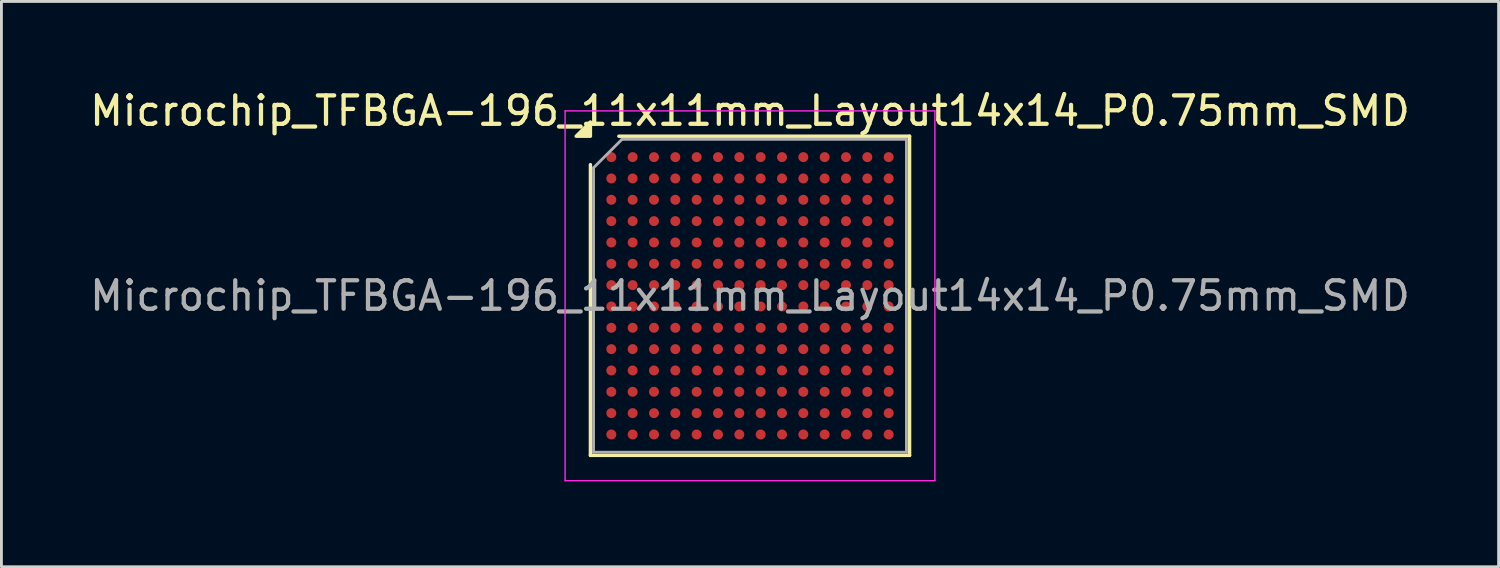
<source format=kicad_pcb>
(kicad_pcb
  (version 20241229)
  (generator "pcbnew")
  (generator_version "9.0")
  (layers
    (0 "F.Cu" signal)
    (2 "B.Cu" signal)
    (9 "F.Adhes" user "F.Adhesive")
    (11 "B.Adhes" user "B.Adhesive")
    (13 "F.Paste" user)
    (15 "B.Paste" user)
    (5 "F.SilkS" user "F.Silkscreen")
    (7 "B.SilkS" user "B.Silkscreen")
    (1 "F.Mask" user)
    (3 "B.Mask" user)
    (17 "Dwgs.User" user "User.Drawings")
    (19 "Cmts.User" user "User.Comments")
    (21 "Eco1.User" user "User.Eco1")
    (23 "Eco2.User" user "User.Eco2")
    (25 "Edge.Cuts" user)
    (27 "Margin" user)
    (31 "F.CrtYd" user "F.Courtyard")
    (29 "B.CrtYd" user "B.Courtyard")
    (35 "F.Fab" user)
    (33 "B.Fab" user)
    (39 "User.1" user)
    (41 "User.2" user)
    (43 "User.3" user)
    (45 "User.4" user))
  (footprint "Microchip_TFBGA-196_11x11mm_Layout14x14_P0.75mm_SMD"
    (layer "F.Cu")
    (at 23.315 7.348)
    (property "Reference" "Microchip_TFBGA-196_11x11mm_Layout14x14_P0.75mm_SMD" (at 0 -6.5 0) (layer "F.SilkS") (effects (font (size 1 1) (thickness 0.15))))
    (attr smd)
    (fp_line (start -5.61 5.61) (end -5.61 -4.61) (stroke (width 0.12) (type solid)) (layer "F.SilkS"))
    (fp_line (start -4.61 -5.61) (end 5.61 -5.61) (stroke (width 0.12) (type solid)) (layer "F.SilkS"))
    (fp_line (start 5.61 -5.61) (end 5.61 5.61) (stroke (width 0.12) (type solid)) (layer "F.SilkS"))
    (fp_line (start 5.61 5.61) (end -5.61 5.61) (stroke (width 0.12) (type solid)) (layer "F.SilkS"))
    (fp_poly (pts (xy -5.61 -5.61) (xy -6.11 -5.61) (xy -5.61 -6.11) (xy -5.61 -5.61)) (stroke (width 0.12) (type solid)) (fill yes) (layer "F.SilkS"))
    (fp_line (start -6.5 -6.5) (end -6.5 6.5) (stroke (width 0.05) (type solid)) (layer "F.CrtYd"))
    (fp_line (start -6.5 6.5) (end 6.5 6.5) (stroke (width 0.05) (type solid)) (layer "F.CrtYd"))
    (fp_line (start 6.5 -6.5) (end -6.5 -6.5) (stroke (width 0.05) (type solid)) (layer "F.CrtYd"))
    (fp_line (start 6.5 6.5) (end 6.5 -6.5) (stroke (width 0.05) (type solid)) (layer "F.CrtYd"))
    (fp_line (start -5.5 -4.5) (end -4.5 -5.5) (stroke (width 0.1) (type solid)) (layer "F.Fab"))
    (fp_line (start -5.5 5.5) (end -5.5 -4.5) (stroke (width 0.1) (type solid)) (layer "F.Fab"))
    (fp_line (start -4.5 -5.5) (end 5.5 -5.5) (stroke (width 0.1) (type solid)) (layer "F.Fab"))
    (fp_line (start 5.5 -5.5) (end 5.5 5.5) (stroke (width 0.1) (type solid)) (layer "F.Fab"))
    (fp_line (start 5.5 5.5) (end -5.5 5.5) (stroke (width 0.1) (type solid)) (layer "F.Fab"))
    (fp_text user "${REFERENCE}" (at 0 0 0) (layer "F.Fab") (effects (font (size 1 1) (thickness 0.15))))
    (pad "A1" smd circle (at -4.875 -4.875) (size 0.35 0.35) (property pad_prop_bga) (layers "F.Cu" "F.Mask" "F.Paste"))
    (pad "A2" smd circle (at -4.125 -4.875) (size 0.35 0.35) (property pad_prop_bga) (layers "F.Cu" "F.Mask" "F.Paste"))
    (pad "A3" smd circle (at -3.375 -4.875) (size 0.35 0.35) (property pad_prop_bga) (layers "F.Cu" "F.Mask" "F.Paste"))
    (pad "A4" smd circle (at -2.625 -4.875) (size 0.35 0.35) (property pad_prop_bga) (layers "F.Cu" "F.Mask" "F.Paste"))
    (pad "A5" smd circle (at -1.875 -4.875) (size 0.35 0.35) (property pad_prop_bga) (layers "F.Cu" "F.Mask" "F.Paste"))
    (pad "A6" smd circle (at -1.125 -4.875) (size 0.35 0.35) (property pad_prop_bga) (layers "F.Cu" "F.Mask" "F.Paste"))
    (pad "A7" smd circle (at -0.375 -4.875) (size 0.35 0.35) (property pad_prop_bga) (layers "F.Cu" "F.Mask" "F.Paste"))
    (pad "A8" smd circle (at 0.375 -4.875) (size 0.35 0.35) (property pad_prop_bga) (layers "F.Cu" "F.Mask" "F.Paste"))
    (pad "A9" smd circle (at 1.125 -4.875) (size 0.35 0.35) (property pad_prop_bga) (layers "F.Cu" "F.Mask" "F.Paste"))
    (pad "A10" smd circle (at 1.875 -4.875) (size 0.35 0.35) (property pad_prop_bga) (layers "F.Cu" "F.Mask" "F.Paste"))
    (pad "A11" smd circle (at 2.625 -4.875) (size 0.35 0.35) (property pad_prop_bga) (layers "F.Cu" "F.Mask" "F.Paste"))
    (pad "A12" smd circle (at 3.375 -4.875) (size 0.35 0.35) (property pad_prop_bga) (layers "F.Cu" "F.Mask" "F.Paste"))
    (pad "A13" smd circle (at 4.125 -4.875) (size 0.35 0.35) (property pad_prop_bga) (layers "F.Cu" "F.Mask" "F.Paste"))
    (pad "A14" smd circle (at 4.875 -4.875) (size 0.35 0.35) (property pad_prop_bga) (layers "F.Cu" "F.Mask" "F.Paste"))
    (pad "B1" smd circle (at -4.875 -4.125) (size 0.35 0.35) (property pad_prop_bga) (layers "F.Cu" "F.Mask" "F.Paste"))
    (pad "B2" smd circle (at -4.125 -4.125) (size 0.35 0.35) (property pad_prop_bga) (layers "F.Cu" "F.Mask" "F.Paste"))
    (pad "B3" smd circle (at -3.375 -4.125) (size 0.35 0.35) (property pad_prop_bga) (layers "F.Cu" "F.Mask" "F.Paste"))
    (pad "B4" smd circle (at -2.625 -4.125) (size 0.35 0.35) (property pad_prop_bga) (layers "F.Cu" "F.Mask" "F.Paste"))
    (pad "B5" smd circle (at -1.875 -4.125) (size 0.35 0.35) (property pad_prop_bga) (layers "F.Cu" "F.Mask" "F.Paste"))
    (pad "B6" smd circle (at -1.125 -4.125) (size 0.35 0.35) (property pad_prop_bga) (layers "F.Cu" "F.Mask" "F.Paste"))
    (pad "B7" smd circle (at -0.375 -4.125) (size 0.35 0.35) (property pad_prop_bga) (layers "F.Cu" "F.Mask" "F.Paste"))
    (pad "B8" smd circle (at 0.375 -4.125) (size 0.35 0.35) (property pad_prop_bga) (layers "F.Cu" "F.Mask" "F.Paste"))
    (pad "B9" smd circle (at 1.125 -4.125) (size 0.35 0.35) (property pad_prop_bga) (layers "F.Cu" "F.Mask" "F.Paste"))
    (pad "B10" smd circle (at 1.875 -4.125) (size 0.35 0.35) (property pad_prop_bga) (layers "F.Cu" "F.Mask" "F.Paste"))
    (pad "B11" smd circle (at 2.625 -4.125) (size 0.35 0.35) (property pad_prop_bga) (layers "F.Cu" "F.Mask" "F.Paste"))
    (pad "B12" smd circle (at 3.375 -4.125) (size 0.35 0.35) (property pad_prop_bga) (layers "F.Cu" "F.Mask" "F.Paste"))
    (pad "B13" smd circle (at 4.125 -4.125) (size 0.35 0.35) (property pad_prop_bga) (layers "F.Cu" "F.Mask" "F.Paste"))
    (pad "B14" smd circle (at 4.875 -4.125) (size 0.35 0.35) (property pad_prop_bga) (layers "F.Cu" "F.Mask" "F.Paste"))
    (pad "C1" smd circle (at -4.875 -3.375) (size 0.35 0.35) (property pad_prop_bga) (layers "F.Cu" "F.Mask" "F.Paste"))
    (pad "C2" smd circle (at -4.125 -3.375) (size 0.35 0.35) (property pad_prop_bga) (layers "F.Cu" "F.Mask" "F.Paste"))
    (pad "C3" smd circle (at -3.375 -3.375) (size 0.35 0.35) (property pad_prop_bga) (layers "F.Cu" "F.Mask" "F.Paste"))
    (pad "C4" smd circle (at -2.625 -3.375) (size 0.35 0.35) (property pad_prop_bga) (layers "F.Cu" "F.Mask" "F.Paste"))
    (pad "C5" smd circle (at -1.875 -3.375) (size 0.35 0.35) (property pad_prop_bga) (layers "F.Cu" "F.Mask" "F.Paste"))
    (pad "C6" smd circle (at -1.125 -3.375) (size 0.35 0.35) (property pad_prop_bga) (layers "F.Cu" "F.Mask" "F.Paste"))
    (pad "C7" smd circle (at -0.375 -3.375) (size 0.35 0.35) (property pad_prop_bga) (layers "F.Cu" "F.Mask" "F.Paste"))
    (pad "C8" smd circle (at 0.375 -3.375) (size 0.35 0.35) (property pad_prop_bga) (layers "F.Cu" "F.Mask" "F.Paste"))
    (pad "C9" smd circle (at 1.125 -3.375) (size 0.35 0.35) (property pad_prop_bga) (layers "F.Cu" "F.Mask" "F.Paste"))
    (pad "C10" smd circle (at 1.875 -3.375) (size 0.35 0.35) (property pad_prop_bga) (layers "F.Cu" "F.Mask" "F.Paste"))
    (pad "C11" smd circle (at 2.625 -3.375) (size 0.35 0.35) (property pad_prop_bga) (layers "F.Cu" "F.Mask" "F.Paste"))
    (pad "C12" smd circle (at 3.375 -3.375) (size 0.35 0.35) (property pad_prop_bga) (layers "F.Cu" "F.Mask" "F.Paste"))
    (pad "C13" smd circle (at 4.125 -3.375) (size 0.35 0.35) (property pad_prop_bga) (layers "F.Cu" "F.Mask" "F.Paste"))
    (pad "C14" smd circle (at 4.875 -3.375) (size 0.35 0.35) (property pad_prop_bga) (layers "F.Cu" "F.Mask" "F.Paste"))
    (pad "D1" smd circle (at -4.875 -2.625) (size 0.35 0.35) (property pad_prop_bga) (layers "F.Cu" "F.Mask" "F.Paste"))
    (pad "D2" smd circle (at -4.125 -2.625) (size 0.35 0.35) (property pad_prop_bga) (layers "F.Cu" "F.Mask" "F.Paste"))
    (pad "D3" smd circle (at -3.375 -2.625) (size 0.35 0.35) (property pad_prop_bga) (layers "F.Cu" "F.Mask" "F.Paste"))
    (pad "D4" smd circle (at -2.625 -2.625) (size 0.35 0.35) (property pad_prop_bga) (layers "F.Cu" "F.Mask" "F.Paste"))
    (pad "D5" smd circle (at -1.875 -2.625) (size 0.35 0.35) (property pad_prop_bga) (layers "F.Cu" "F.Mask" "F.Paste"))
    (pad "D6" smd circle (at -1.125 -2.625) (size 0.35 0.35) (property pad_prop_bga) (layers "F.Cu" "F.Mask" "F.Paste"))
    (pad "D7" smd circle (at -0.375 -2.625) (size 0.35 0.35) (property pad_prop_bga) (layers "F.Cu" "F.Mask" "F.Paste"))
    (pad "D8" smd circle (at 0.375 -2.625) (size 0.35 0.35) (property pad_prop_bga) (layers "F.Cu" "F.Mask" "F.Paste"))
    (pad "D9" smd circle (at 1.125 -2.625) (size 0.35 0.35) (property pad_prop_bga) (layers "F.Cu" "F.Mask" "F.Paste"))
    (pad "D10" smd circle (at 1.875 -2.625) (size 0.35 0.35) (property pad_prop_bga) (layers "F.Cu" "F.Mask" "F.Paste"))
    (pad "D11" smd circle (at 2.625 -2.625) (size 0.35 0.35) (property pad_prop_bga) (layers "F.Cu" "F.Mask" "F.Paste"))
    (pad "D12" smd circle (at 3.375 -2.625) (size 0.35 0.35) (property pad_prop_bga) (layers "F.Cu" "F.Mask" "F.Paste"))
    (pad "D13" smd circle (at 4.125 -2.625) (size 0.35 0.35) (property pad_prop_bga) (layers "F.Cu" "F.Mask" "F.Paste"))
    (pad "D14" smd circle (at 4.875 -2.625) (size 0.35 0.35) (property pad_prop_bga) (layers "F.Cu" "F.Mask" "F.Paste"))
    (pad "E1" smd circle (at -4.875 -1.875) (size 0.35 0.35) (property pad_prop_bga) (layers "F.Cu" "F.Mask" "F.Paste"))
    (pad "E2" smd circle (at -4.125 -1.875) (size 0.35 0.35) (property pad_prop_bga) (layers "F.Cu" "F.Mask" "F.Paste"))
    (pad "E3" smd circle (at -3.375 -1.875) (size 0.35 0.35) (property pad_prop_bga) (layers "F.Cu" "F.Mask" "F.Paste"))
    (pad "E4" smd circle (at -2.625 -1.875) (size 0.35 0.35) (property pad_prop_bga) (layers "F.Cu" "F.Mask" "F.Paste"))
    (pad "E5" smd circle (at -1.875 -1.875) (size 0.35 0.35) (property pad_prop_bga) (layers "F.Cu" "F.Mask" "F.Paste"))
    (pad "E6" smd circle (at -1.125 -1.875) (size 0.35 0.35) (property pad_prop_bga) (layers "F.Cu" "F.Mask" "F.Paste"))
    (pad "E7" smd circle (at -0.375 -1.875) (size 0.35 0.35) (property pad_prop_bga) (layers "F.Cu" "F.Mask" "F.Paste"))
    (pad "E8" smd circle (at 0.375 -1.875) (size 0.35 0.35) (property pad_prop_bga) (layers "F.Cu" "F.Mask" "F.Paste"))
    (pad "E9" smd circle (at 1.125 -1.875) (size 0.35 0.35) (property pad_prop_bga) (layers "F.Cu" "F.Mask" "F.Paste"))
    (pad "E10" smd circle (at 1.875 -1.875) (size 0.35 0.35) (property pad_prop_bga) (layers "F.Cu" "F.Mask" "F.Paste"))
    (pad "E11" smd circle (at 2.625 -1.875) (size 0.35 0.35) (property pad_prop_bga) (layers "F.Cu" "F.Mask" "F.Paste"))
    (pad "E12" smd circle (at 3.375 -1.875) (size 0.35 0.35) (property pad_prop_bga) (layers "F.Cu" "F.Mask" "F.Paste"))
    (pad "E13" smd circle (at 4.125 -1.875) (size 0.35 0.35) (property pad_prop_bga) (layers "F.Cu" "F.Mask" "F.Paste"))
    (pad "E14" smd circle (at 4.875 -1.875) (size 0.35 0.35) (property pad_prop_bga) (layers "F.Cu" "F.Mask" "F.Paste"))
    (pad "F1" smd circle (at -4.875 -1.125) (size 0.35 0.35) (property pad_prop_bga) (layers "F.Cu" "F.Mask" "F.Paste"))
    (pad "F2" smd circle (at -4.125 -1.125) (size 0.35 0.35) (property pad_prop_bga) (layers "F.Cu" "F.Mask" "F.Paste"))
    (pad "F3" smd circle (at -3.375 -1.125) (size 0.35 0.35) (property pad_prop_bga) (layers "F.Cu" "F.Mask" "F.Paste"))
    (pad "F4" smd circle (at -2.625 -1.125) (size 0.35 0.35) (property pad_prop_bga) (layers "F.Cu" "F.Mask" "F.Paste"))
    (pad "F5" smd circle (at -1.875 -1.125) (size 0.35 0.35) (property pad_prop_bga) (layers "F.Cu" "F.Mask" "F.Paste"))
    (pad "F6" smd circle (at -1.125 -1.125) (size 0.35 0.35) (property pad_prop_bga) (layers "F.Cu" "F.Mask" "F.Paste"))
    (pad "F7" smd circle (at -0.375 -1.125) (size 0.35 0.35) (property pad_prop_bga) (layers "F.Cu" "F.Mask" "F.Paste"))
    (pad "F8" smd circle (at 0.375 -1.125) (size 0.35 0.35) (property pad_prop_bga) (layers "F.Cu" "F.Mask" "F.Paste"))
    (pad "F9" smd circle (at 1.125 -1.125) (size 0.35 0.35) (property pad_prop_bga) (layers "F.Cu" "F.Mask" "F.Paste"))
    (pad "F10" smd circle (at 1.875 -1.125) (size 0.35 0.35) (property pad_prop_bga) (layers "F.Cu" "F.Mask" "F.Paste"))
    (pad "F11" smd circle (at 2.625 -1.125) (size 0.35 0.35) (property pad_prop_bga) (layers "F.Cu" "F.Mask" "F.Paste"))
    (pad "F12" smd circle (at 3.375 -1.125) (size 0.35 0.35) (property pad_prop_bga) (layers "F.Cu" "F.Mask" "F.Paste"))
    (pad "F13" smd circle (at 4.125 -1.125) (size 0.35 0.35) (property pad_prop_bga) (layers "F.Cu" "F.Mask" "F.Paste"))
    (pad "F14" smd circle (at 4.875 -1.125) (size 0.35 0.35) (property pad_prop_bga) (layers "F.Cu" "F.Mask" "F.Paste"))
    (pad "G1" smd circle (at -4.875 -0.375) (size 0.35 0.35) (property pad_prop_bga) (layers "F.Cu" "F.Mask" "F.Paste"))
    (pad "G2" smd circle (at -4.125 -0.375) (size 0.35 0.35) (property pad_prop_bga) (layers "F.Cu" "F.Mask" "F.Paste"))
    (pad "G3" smd circle (at -3.375 -0.375) (size 0.35 0.35) (property pad_prop_bga) (layers "F.Cu" "F.Mask" "F.Paste"))
    (pad "G4" smd circle (at -2.625 -0.375) (size 0.35 0.35) (property pad_prop_bga) (layers "F.Cu" "F.Mask" "F.Paste"))
    (pad "G5" smd circle (at -1.875 -0.375) (size 0.35 0.35) (property pad_prop_bga) (layers "F.Cu" "F.Mask" "F.Paste"))
    (pad "G6" smd circle (at -1.125 -0.375) (size 0.35 0.35) (property pad_prop_bga) (layers "F.Cu" "F.Mask" "F.Paste"))
    (pad "G7" smd circle (at -0.375 -0.375) (size 0.35 0.35) (property pad_prop_bga) (layers "F.Cu" "F.Mask" "F.Paste"))
    (pad "G8" smd circle (at 0.375 -0.375) (size 0.35 0.35) (property pad_prop_bga) (layers "F.Cu" "F.Mask" "F.Paste"))
    (pad "G9" smd circle (at 1.125 -0.375) (size 0.35 0.35) (property pad_prop_bga) (layers "F.Cu" "F.Mask" "F.Paste"))
    (pad "G10" smd circle (at 1.875 -0.375) (size 0.35 0.35) (property pad_prop_bga) (layers "F.Cu" "F.Mask" "F.Paste"))
    (pad "G11" smd circle (at 2.625 -0.375) (size 0.35 0.35) (property pad_prop_bga) (layers "F.Cu" "F.Mask" "F.Paste"))
    (pad "G12" smd circle (at 3.375 -0.375) (size 0.35 0.35) (property pad_prop_bga) (layers "F.Cu" "F.Mask" "F.Paste"))
    (pad "G13" smd circle (at 4.125 -0.375) (size 0.35 0.35) (property pad_prop_bga) (layers "F.Cu" "F.Mask" "F.Paste"))
    (pad "G14" smd circle (at 4.875 -0.375) (size 0.35 0.35) (property pad_prop_bga) (layers "F.Cu" "F.Mask" "F.Paste"))
    (pad "H1" smd circle (at -4.875 0.375) (size 0.35 0.35) (property pad_prop_bga) (layers "F.Cu" "F.Mask" "F.Paste"))
    (pad "H2" smd circle (at -4.125 0.375) (size 0.35 0.35) (property pad_prop_bga) (layers "F.Cu" "F.Mask" "F.Paste"))
    (pad "H3" smd circle (at -3.375 0.375) (size 0.35 0.35) (property pad_prop_bga) (layers "F.Cu" "F.Mask" "F.Paste"))
    (pad "H4" smd circle (at -2.625 0.375) (size 0.35 0.35) (property pad_prop_bga) (layers "F.Cu" "F.Mask" "F.Paste"))
    (pad "H5" smd circle (at -1.875 0.375) (size 0.35 0.35) (property pad_prop_bga) (layers "F.Cu" "F.Mask" "F.Paste"))
    (pad "H6" smd circle (at -1.125 0.375) (size 0.35 0.35) (property pad_prop_bga) (layers "F.Cu" "F.Mask" "F.Paste"))
    (pad "H7" smd circle (at -0.375 0.375) (size 0.35 0.35) (property pad_prop_bga) (layers "F.Cu" "F.Mask" "F.Paste"))
    (pad "H8" smd circle (at 0.375 0.375) (size 0.35 0.35) (property pad_prop_bga) (layers "F.Cu" "F.Mask" "F.Paste"))
    (pad "H9" smd circle (at 1.125 0.375) (size 0.35 0.35) (property pad_prop_bga) (layers "F.Cu" "F.Mask" "F.Paste"))
    (pad "H10" smd circle (at 1.875 0.375) (size 0.35 0.35) (property pad_prop_bga) (layers "F.Cu" "F.Mask" "F.Paste"))
    (pad "H11" smd circle (at 2.625 0.375) (size 0.35 0.35) (property pad_prop_bga) (layers "F.Cu" "F.Mask" "F.Paste"))
    (pad "H12" smd circle (at 3.375 0.375) (size 0.35 0.35) (property pad_prop_bga) (layers "F.Cu" "F.Mask" "F.Paste"))
    (pad "H13" smd circle (at 4.125 0.375) (size 0.35 0.35) (property pad_prop_bga) (layers "F.Cu" "F.Mask" "F.Paste"))
    (pad "H14" smd circle (at 4.875 0.375) (size 0.35 0.35) (property pad_prop_bga) (layers "F.Cu" "F.Mask" "F.Paste"))
    (pad "J1" smd circle (at -4.875 1.125) (size 0.35 0.35) (property pad_prop_bga) (layers "F.Cu" "F.Mask" "F.Paste"))
    (pad "J2" smd circle (at -4.125 1.125) (size 0.35 0.35) (property pad_prop_bga) (layers "F.Cu" "F.Mask" "F.Paste"))
    (pad "J3" smd circle (at -3.375 1.125) (size 0.35 0.35) (property pad_prop_bga) (layers "F.Cu" "F.Mask" "F.Paste"))
    (pad "J4" smd circle (at -2.625 1.125) (size 0.35 0.35) (property pad_prop_bga) (layers "F.Cu" "F.Mask" "F.Paste"))
    (pad "J5" smd circle (at -1.875 1.125) (size 0.35 0.35) (property pad_prop_bga) (layers "F.Cu" "F.Mask" "F.Paste"))
    (pad "J6" smd circle (at -1.125 1.125) (size 0.35 0.35) (property pad_prop_bga) (layers "F.Cu" "F.Mask" "F.Paste"))
    (pad "J7" smd circle (at -0.375 1.125) (size 0.35 0.35) (property pad_prop_bga) (layers "F.Cu" "F.Mask" "F.Paste"))
    (pad "J8" smd circle (at 0.375 1.125) (size 0.35 0.35) (property pad_prop_bga) (layers "F.Cu" "F.Mask" "F.Paste"))
    (pad "J9" smd circle (at 1.125 1.125) (size 0.35 0.35) (property pad_prop_bga) (layers "F.Cu" "F.Mask" "F.Paste"))
    (pad "J10" smd circle (at 1.875 1.125) (size 0.35 0.35) (property pad_prop_bga) (layers "F.Cu" "F.Mask" "F.Paste"))
    (pad "J11" smd circle (at 2.625 1.125) (size 0.35 0.35) (property pad_prop_bga) (layers "F.Cu" "F.Mask" "F.Paste"))
    (pad "J12" smd circle (at 3.375 1.125) (size 0.35 0.35) (property pad_prop_bga) (layers "F.Cu" "F.Mask" "F.Paste"))
    (pad "J13" smd circle (at 4.125 1.125) (size 0.35 0.35) (property pad_prop_bga) (layers "F.Cu" "F.Mask" "F.Paste"))
    (pad "J14" smd circle (at 4.875 1.125) (size 0.35 0.35) (property pad_prop_bga) (layers "F.Cu" "F.Mask" "F.Paste"))
    (pad "K1" smd circle (at -4.875 1.875) (size 0.35 0.35) (property pad_prop_bga) (layers "F.Cu" "F.Mask" "F.Paste"))
    (pad "K2" smd circle (at -4.125 1.875) (size 0.35 0.35) (property pad_prop_bga) (layers "F.Cu" "F.Mask" "F.Paste"))
    (pad "K3" smd circle (at -3.375 1.875) (size 0.35 0.35) (property pad_prop_bga) (layers "F.Cu" "F.Mask" "F.Paste"))
    (pad "K4" smd circle (at -2.625 1.875) (size 0.35 0.35) (property pad_prop_bga) (layers "F.Cu" "F.Mask" "F.Paste"))
    (pad "K5" smd circle (at -1.875 1.875) (size 0.35 0.35) (property pad_prop_bga) (layers "F.Cu" "F.Mask" "F.Paste"))
    (pad "K6" smd circle (at -1.125 1.875) (size 0.35 0.35) (property pad_prop_bga) (layers "F.Cu" "F.Mask" "F.Paste"))
    (pad "K7" smd circle (at -0.375 1.875) (size 0.35 0.35) (property pad_prop_bga) (layers "F.Cu" "F.Mask" "F.Paste"))
    (pad "K8" smd circle (at 0.375 1.875) (size 0.35 0.35) (property pad_prop_bga) (layers "F.Cu" "F.Mask" "F.Paste"))
    (pad "K9" smd circle (at 1.125 1.875) (size 0.35 0.35) (property pad_prop_bga) (layers "F.Cu" "F.Mask" "F.Paste"))
    (pad "K10" smd circle (at 1.875 1.875) (size 0.35 0.35) (property pad_prop_bga) (layers "F.Cu" "F.Mask" "F.Paste"))
    (pad "K11" smd circle (at 2.625 1.875) (size 0.35 0.35) (property pad_prop_bga) (layers "F.Cu" "F.Mask" "F.Paste"))
    (pad "K12" smd circle (at 3.375 1.875) (size 0.35 0.35) (property pad_prop_bga) (layers "F.Cu" "F.Mask" "F.Paste"))
    (pad "K13" smd circle (at 4.125 1.875) (size 0.35 0.35) (property pad_prop_bga) (layers "F.Cu" "F.Mask" "F.Paste"))
    (pad "K14" smd circle (at 4.875 1.875) (size 0.35 0.35) (property pad_prop_bga) (layers "F.Cu" "F.Mask" "F.Paste"))
    (pad "L1" smd circle (at -4.875 2.625) (size 0.35 0.35) (property pad_prop_bga) (layers "F.Cu" "F.Mask" "F.Paste"))
    (pad "L2" smd circle (at -4.125 2.625) (size 0.35 0.35) (property pad_prop_bga) (layers "F.Cu" "F.Mask" "F.Paste"))
    (pad "L3" smd circle (at -3.375 2.625) (size 0.35 0.35) (property pad_prop_bga) (layers "F.Cu" "F.Mask" "F.Paste"))
    (pad "L4" smd circle (at -2.625 2.625) (size 0.35 0.35) (property pad_prop_bga) (layers "F.Cu" "F.Mask" "F.Paste"))
    (pad "L5" smd circle (at -1.875 2.625) (size 0.35 0.35) (property pad_prop_bga) (layers "F.Cu" "F.Mask" "F.Paste"))
    (pad "L6" smd circle (at -1.125 2.625) (size 0.35 0.35) (property pad_prop_bga) (layers "F.Cu" "F.Mask" "F.Paste"))
    (pad "L7" smd circle (at -0.375 2.625) (size 0.35 0.35) (property pad_prop_bga) (layers "F.Cu" "F.Mask" "F.Paste"))
    (pad "L8" smd circle (at 0.375 2.625) (size 0.35 0.35) (property pad_prop_bga) (layers "F.Cu" "F.Mask" "F.Paste"))
    (pad "L9" smd circle (at 1.125 2.625) (size 0.35 0.35) (property pad_prop_bga) (layers "F.Cu" "F.Mask" "F.Paste"))
    (pad "L10" smd circle (at 1.875 2.625) (size 0.35 0.35) (property pad_prop_bga) (layers "F.Cu" "F.Mask" "F.Paste"))
    (pad "L11" smd circle (at 2.625 2.625) (size 0.35 0.35) (property pad_prop_bga) (layers "F.Cu" "F.Mask" "F.Paste"))
    (pad "L12" smd circle (at 3.375 2.625) (size 0.35 0.35) (property pad_prop_bga) (layers "F.Cu" "F.Mask" "F.Paste"))
    (pad "L13" smd circle (at 4.125 2.625) (size 0.35 0.35) (property pad_prop_bga) (layers "F.Cu" "F.Mask" "F.Paste"))
    (pad "L14" smd circle (at 4.875 2.625) (size 0.35 0.35) (property pad_prop_bga) (layers "F.Cu" "F.Mask" "F.Paste"))
    (pad "M1" smd circle (at -4.875 3.375) (size 0.35 0.35) (property pad_prop_bga) (layers "F.Cu" "F.Mask" "F.Paste"))
    (pad "M2" smd circle (at -4.125 3.375) (size 0.35 0.35) (property pad_prop_bga) (layers "F.Cu" "F.Mask" "F.Paste"))
    (pad "M3" smd circle (at -3.375 3.375) (size 0.35 0.35) (property pad_prop_bga) (layers "F.Cu" "F.Mask" "F.Paste"))
    (pad "M4" smd circle (at -2.625 3.375) (size 0.35 0.35) (property pad_prop_bga) (layers "F.Cu" "F.Mask" "F.Paste"))
    (pad "M5" smd circle (at -1.875 3.375) (size 0.35 0.35) (property pad_prop_bga) (layers "F.Cu" "F.Mask" "F.Paste"))
    (pad "M6" smd circle (at -1.125 3.375) (size 0.35 0.35) (property pad_prop_bga) (layers "F.Cu" "F.Mask" "F.Paste"))
    (pad "M7" smd circle (at -0.375 3.375) (size 0.35 0.35) (property pad_prop_bga) (layers "F.Cu" "F.Mask" "F.Paste"))
    (pad "M8" smd circle (at 0.375 3.375) (size 0.35 0.35) (property pad_prop_bga) (layers "F.Cu" "F.Mask" "F.Paste"))
    (pad "M9" smd circle (at 1.125 3.375) (size 0.35 0.35) (property pad_prop_bga) (layers "F.Cu" "F.Mask" "F.Paste"))
    (pad "M10" smd circle (at 1.875 3.375) (size 0.35 0.35) (property pad_prop_bga) (layers "F.Cu" "F.Mask" "F.Paste"))
    (pad "M11" smd circle (at 2.625 3.375) (size 0.35 0.35) (property pad_prop_bga) (layers "F.Cu" "F.Mask" "F.Paste"))
    (pad "M12" smd circle (at 3.375 3.375) (size 0.35 0.35) (property pad_prop_bga) (layers "F.Cu" "F.Mask" "F.Paste"))
    (pad "M13" smd circle (at 4.125 3.375) (size 0.35 0.35) (property pad_prop_bga) (layers "F.Cu" "F.Mask" "F.Paste"))
    (pad "M14" smd circle (at 4.875 3.375) (size 0.35 0.35) (property pad_prop_bga) (layers "F.Cu" "F.Mask" "F.Paste"))
    (pad "N1" smd circle (at -4.875 4.125) (size 0.35 0.35) (property pad_prop_bga) (layers "F.Cu" "F.Mask" "F.Paste"))
    (pad "N2" smd circle (at -4.125 4.125) (size 0.35 0.35) (property pad_prop_bga) (layers "F.Cu" "F.Mask" "F.Paste"))
    (pad "N3" smd circle (at -3.375 4.125) (size 0.35 0.35) (property pad_prop_bga) (layers "F.Cu" "F.Mask" "F.Paste"))
    (pad "N4" smd circle (at -2.625 4.125) (size 0.35 0.35) (property pad_prop_bga) (layers "F.Cu" "F.Mask" "F.Paste"))
    (pad "N5" smd circle (at -1.875 4.125) (size 0.35 0.35) (property pad_prop_bga) (layers "F.Cu" "F.Mask" "F.Paste"))
    (pad "N6" smd circle (at -1.125 4.125) (size 0.35 0.35) (property pad_prop_bga) (layers "F.Cu" "F.Mask" "F.Paste"))
    (pad "N7" smd circle (at -0.375 4.125) (size 0.35 0.35) (property pad_prop_bga) (layers "F.Cu" "F.Mask" "F.Paste"))
    (pad "N8" smd circle (at 0.375 4.125) (size 0.35 0.35) (property pad_prop_bga) (layers "F.Cu" "F.Mask" "F.Paste"))
    (pad "N9" smd circle (at 1.125 4.125) (size 0.35 0.35) (property pad_prop_bga) (layers "F.Cu" "F.Mask" "F.Paste"))
    (pad "N10" smd circle (at 1.875 4.125) (size 0.35 0.35) (property pad_prop_bga) (layers "F.Cu" "F.Mask" "F.Paste"))
    (pad "N11" smd circle (at 2.625 4.125) (size 0.35 0.35) (property pad_prop_bga) (layers "F.Cu" "F.Mask" "F.Paste"))
    (pad "N12" smd circle (at 3.375 4.125) (size 0.35 0.35) (property pad_prop_bga) (layers "F.Cu" "F.Mask" "F.Paste"))
    (pad "N13" smd circle (at 4.125 4.125) (size 0.35 0.35) (property pad_prop_bga) (layers "F.Cu" "F.Mask" "F.Paste"))
    (pad "N14" smd circle (at 4.875 4.125) (size 0.35 0.35) (property pad_prop_bga) (layers "F.Cu" "F.Mask" "F.Paste"))
    (pad "P1" smd circle (at -4.875 4.875) (size 0.35 0.35) (property pad_prop_bga) (layers "F.Cu" "F.Mask" "F.Paste"))
    (pad "P2" smd circle (at -4.125 4.875) (size 0.35 0.35) (property pad_prop_bga) (layers "F.Cu" "F.Mask" "F.Paste"))
    (pad "P3" smd circle (at -3.375 4.875) (size 0.35 0.35) (property pad_prop_bga) (layers "F.Cu" "F.Mask" "F.Paste"))
    (pad "P4" smd circle (at -2.625 4.875) (size 0.35 0.35) (property pad_prop_bga) (layers "F.Cu" "F.Mask" "F.Paste"))
    (pad "P5" smd circle (at -1.875 4.875) (size 0.35 0.35) (property pad_prop_bga) (layers "F.Cu" "F.Mask" "F.Paste"))
    (pad "P6" smd circle (at -1.125 4.875) (size 0.35 0.35) (property pad_prop_bga) (layers "F.Cu" "F.Mask" "F.Paste"))
    (pad "P7" smd circle (at -0.375 4.875) (size 0.35 0.35) (property pad_prop_bga) (layers "F.Cu" "F.Mask" "F.Paste"))
    (pad "P8" smd circle (at 0.375 4.875) (size 0.35 0.35) (property pad_prop_bga) (layers "F.Cu" "F.Mask" "F.Paste"))
    (pad "P9" smd circle (at 1.125 4.875) (size 0.35 0.35) (property pad_prop_bga) (layers "F.Cu" "F.Mask" "F.Paste"))
    (pad "P10" smd circle (at 1.875 4.875) (size 0.35 0.35) (property pad_prop_bga) (layers "F.Cu" "F.Mask" "F.Paste"))
    (pad "P11" smd circle (at 2.625 4.875) (size 0.35 0.35) (property pad_prop_bga) (layers "F.Cu" "F.Mask" "F.Paste"))
    (pad "P12" smd circle (at 3.375 4.875) (size 0.35 0.35) (property pad_prop_bga) (layers "F.Cu" "F.Mask" "F.Paste"))
    (pad "P13" smd circle (at 4.125 4.875) (size 0.35 0.35) (property pad_prop_bga) (layers "F.Cu" "F.Mask" "F.Paste"))
    (pad "P14" smd circle (at 4.875 4.875) (size 0.35 0.35) (property pad_prop_bga) (layers "F.Cu" "F.Mask" "F.Paste")))
  (gr_rect
    (start -3 -3)
    (end 49.631 16.873)
    (stroke (width 0.1) (type default))
    (fill no)
    (layer "Edge.Cuts")))
</source>
